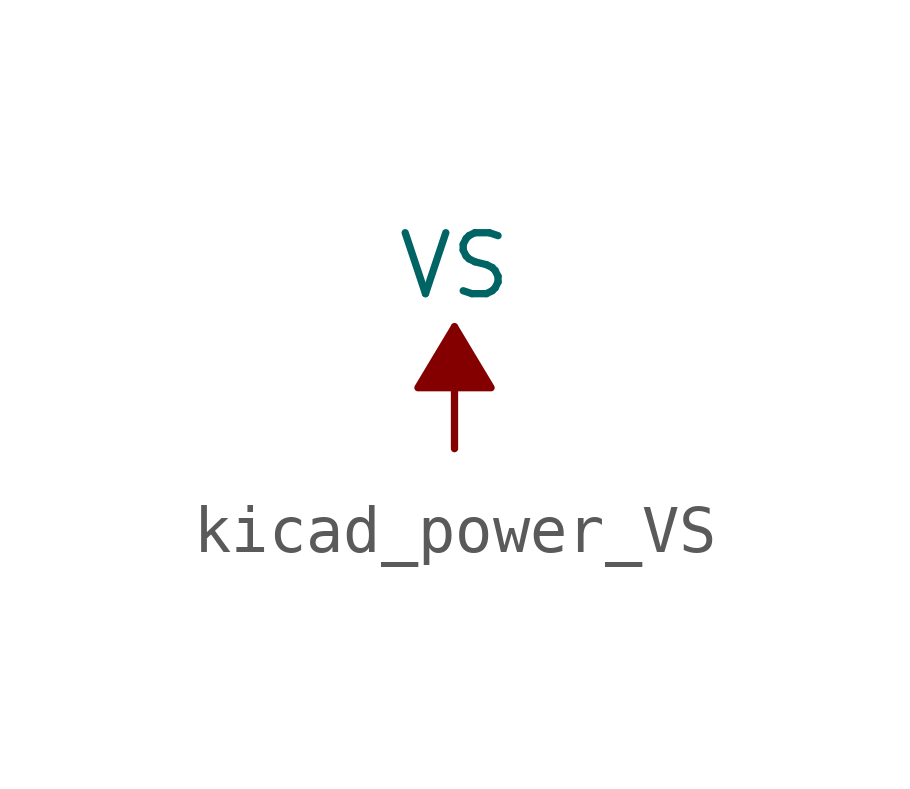
<source format=kicad_sym>
(kicad_symbol_lib
  (version 20220914)
  (generator kicad_symbol_editor)
  (symbol "kicad_power_VS"
    (power)
    (pin_names
      (offset 0))
    (property "Reference" "#PWR"
      (at -5.08 -3.81 0)
      (effects (font (size 1.27 1.27)) hide))
    (property "Value" "VS"
      (at 0 3.81 0)
      (effects (font (size 1.27 1.27))))
    (symbol "kicad_power_VS_0_1"
      (polyline (pts (xy 0 0) (xy 0 2.54)) (stroke (width 0) (type default)) (fill (type none)))
      (polyline (pts (xy 0.762 1.27) (xy -0.762 1.27) (xy 0 2.54) (xy 0.762 1.27)) (stroke (width 0) (type default)) (fill (type outline))))
    (symbol "kicad_power_VS_1_1"
      (pin power_in line (at 0 0 90) (length 0) hide (name "VS" (effects (font (size 1.27 1.27)))) (number "1" (effects (font (size 1.27 1.27))))))))
</source>
